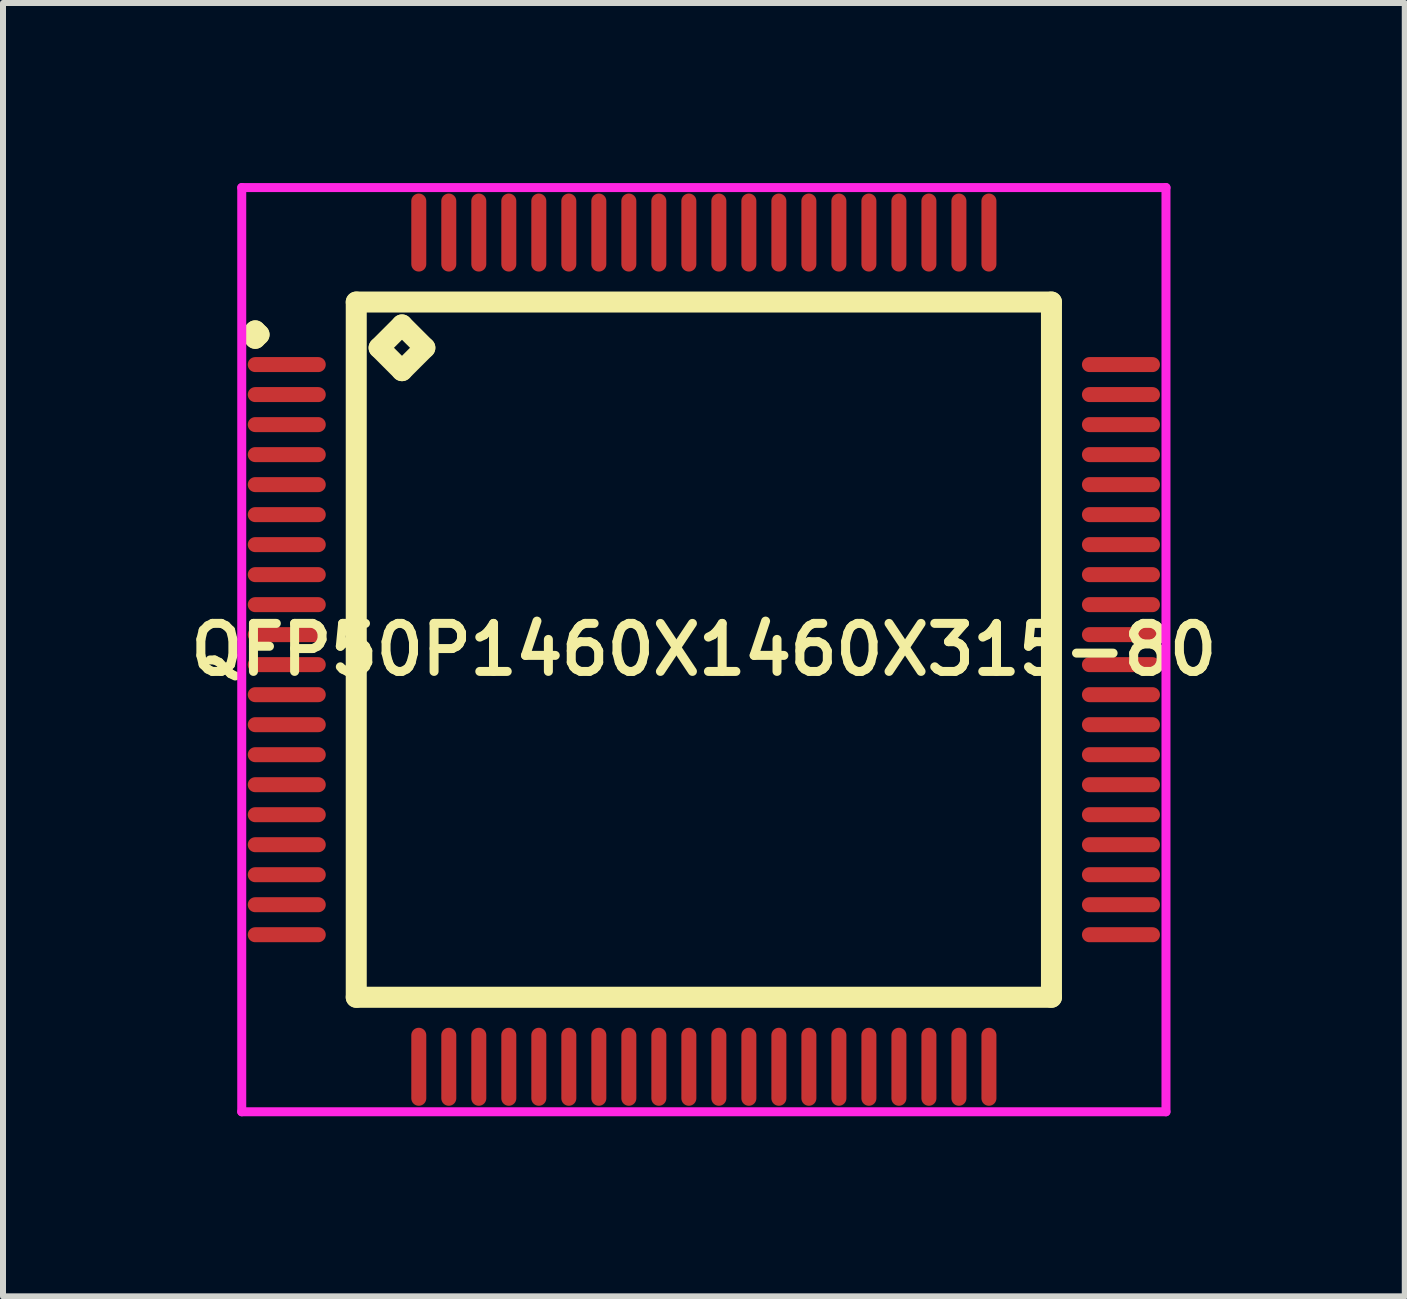
<source format=kicad_pcb>
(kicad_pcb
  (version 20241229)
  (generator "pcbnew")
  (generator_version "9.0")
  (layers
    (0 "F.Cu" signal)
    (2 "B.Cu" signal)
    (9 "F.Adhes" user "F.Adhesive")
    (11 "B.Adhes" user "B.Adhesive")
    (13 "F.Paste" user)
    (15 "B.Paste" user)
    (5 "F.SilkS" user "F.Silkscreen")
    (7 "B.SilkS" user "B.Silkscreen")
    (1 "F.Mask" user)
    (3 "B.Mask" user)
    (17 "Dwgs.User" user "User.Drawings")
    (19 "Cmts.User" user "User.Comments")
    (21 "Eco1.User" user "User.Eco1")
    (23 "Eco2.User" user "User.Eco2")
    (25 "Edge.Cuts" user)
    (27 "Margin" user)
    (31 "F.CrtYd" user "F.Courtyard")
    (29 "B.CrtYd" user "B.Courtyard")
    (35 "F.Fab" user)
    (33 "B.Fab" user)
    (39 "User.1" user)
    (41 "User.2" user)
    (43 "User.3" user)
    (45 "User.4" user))
  (footprint "QFP50P1460X1460X315-80"
    (layer "F.Cu")
    (at 8.678 7.775)
    (property "Reference" "QFP50P1460X1460X315-80" (at 0 0 0) (layer "F.SilkS") (effects (font (size 0.8 0.8) (thickness 0.15))))
    (attr smd)
    (fp_line (start -7.537 -5.25) (end -7.475 -5.312) (stroke (width 0.35) (type solid)) (layer "F.SilkS"))
    (fp_line (start -7.475 -5.312) (end -7.412 -5.25) (stroke (width 0.35) (type solid)) (layer "F.SilkS"))
    (fp_line (start -7.475 -5.188) (end -7.537 -5.25) (stroke (width 0.35) (type solid)) (layer "F.SilkS"))
    (fp_line (start -7.412 -5.25) (end -7.475 -5.188) (stroke (width 0.35) (type solid)) (layer "F.SilkS"))
    (fp_line (start -5.792 -5.792) (end -5.792 5.792) (stroke (width 0.35) (type solid)) (layer "F.SilkS"))
    (fp_line (start -5.792 5.792) (end 5.792 5.792) (stroke (width 0.35) (type solid)) (layer "F.SilkS"))
    (fp_line (start -5.411 -5.03) (end -5.03 -5.411) (stroke (width 0.35) (type solid)) (layer "F.SilkS"))
    (fp_line (start -5.03 -5.411) (end -4.649 -5.03) (stroke (width 0.35) (type solid)) (layer "F.SilkS"))
    (fp_line (start -5.03 -4.649) (end -5.411 -5.03) (stroke (width 0.35) (type solid)) (layer "F.SilkS"))
    (fp_line (start -4.649 -5.03) (end -5.03 -4.649) (stroke (width 0.35) (type solid)) (layer "F.SilkS"))
    (fp_line (start 5.792 -5.792) (end -5.792 -5.792) (stroke (width 0.35) (type solid)) (layer "F.SilkS"))
    (fp_line (start 5.792 5.792) (end 5.792 -5.792) (stroke (width 0.35) (type solid)) (layer "F.SilkS"))
    (fp_line (start -7.7 -7.7) (end 7.7 -7.7) (stroke (width 0.15) (type solid)) (layer "F.CrtYd"))
    (fp_line (start -7.7 7.7) (end -7.7 -7.7) (stroke (width 0.15) (type solid)) (layer "F.CrtYd"))
    (fp_line (start 7.7 -7.7) (end 7.7 7.7) (stroke (width 0.15) (type solid)) (layer "F.CrtYd"))
    (fp_line (start 7.7 7.7) (end -7.7 7.7) (stroke (width 0.15) (type solid)) (layer "F.CrtYd"))
    (pad "1" smd oval (at -6.95 -4.75) (size 1.3 0.25) (layers "F.Cu" "F.Mask" "F.Paste"))
    (pad "2" smd oval (at -6.95 -4.25) (size 1.3 0.25) (layers "F.Cu" "F.Mask" "F.Paste"))
    (pad "3" smd oval (at -6.95 -3.75) (size 1.3 0.25) (layers "F.Cu" "F.Mask" "F.Paste"))
    (pad "4" smd oval (at -6.95 -3.25) (size 1.3 0.25) (layers "F.Cu" "F.Mask" "F.Paste"))
    (pad "5" smd oval (at -6.95 -2.75) (size 1.3 0.25) (layers "F.Cu" "F.Mask" "F.Paste"))
    (pad "6" smd oval (at -6.95 -2.25) (size 1.3 0.25) (layers "F.Cu" "F.Mask" "F.Paste"))
    (pad "7" smd oval (at -6.95 -1.75) (size 1.3 0.25) (layers "F.Cu" "F.Mask" "F.Paste"))
    (pad "8" smd oval (at -6.95 -1.25) (size 1.3 0.25) (layers "F.Cu" "F.Mask" "F.Paste"))
    (pad "9" smd oval (at -6.95 -0.75) (size 1.3 0.25) (layers "F.Cu" "F.Mask" "F.Paste"))
    (pad "10" smd oval (at -6.95 -0.25) (size 1.3 0.25) (layers "F.Cu" "F.Mask" "F.Paste"))
    (pad "11" smd oval (at -6.95 0.25) (size 1.3 0.25) (layers "F.Cu" "F.Mask" "F.Paste"))
    (pad "12" smd oval (at -6.95 0.75) (size 1.3 0.25) (layers "F.Cu" "F.Mask" "F.Paste"))
    (pad "13" smd oval (at -6.95 1.25) (size 1.3 0.25) (layers "F.Cu" "F.Mask" "F.Paste"))
    (pad "14" smd oval (at -6.95 1.75) (size 1.3 0.25) (layers "F.Cu" "F.Mask" "F.Paste"))
    (pad "15" smd oval (at -6.95 2.25) (size 1.3 0.25) (layers "F.Cu" "F.Mask" "F.Paste"))
    (pad "16" smd oval (at -6.95 2.75) (size 1.3 0.25) (layers "F.Cu" "F.Mask" "F.Paste"))
    (pad "17" smd oval (at -6.95 3.25) (size 1.3 0.25) (layers "F.Cu" "F.Mask" "F.Paste"))
    (pad "18" smd oval (at -6.95 3.75) (size 1.3 0.25) (layers "F.Cu" "F.Mask" "F.Paste"))
    (pad "19" smd oval (at -6.95 4.25) (size 1.3 0.25) (layers "F.Cu" "F.Mask" "F.Paste"))
    (pad "20" smd oval (at -6.95 4.75) (size 1.3 0.25) (layers "F.Cu" "F.Mask" "F.Paste"))
    (pad "21" smd oval (at -4.75 6.95) (size 0.25 1.3) (layers "F.Cu" "F.Mask" "F.Paste"))
    (pad "22" smd oval (at -4.25 6.95) (size 0.25 1.3) (layers "F.Cu" "F.Mask" "F.Paste"))
    (pad "23" smd oval (at -3.75 6.95) (size 0.25 1.3) (layers "F.Cu" "F.Mask" "F.Paste"))
    (pad "24" smd oval (at -3.25 6.95) (size 0.25 1.3) (layers "F.Cu" "F.Mask" "F.Paste"))
    (pad "25" smd oval (at -2.75 6.95) (size 0.25 1.3) (layers "F.Cu" "F.Mask" "F.Paste"))
    (pad "26" smd oval (at -2.25 6.95) (size 0.25 1.3) (layers "F.Cu" "F.Mask" "F.Paste"))
    (pad "27" smd oval (at -1.75 6.95) (size 0.25 1.3) (layers "F.Cu" "F.Mask" "F.Paste"))
    (pad "28" smd oval (at -1.25 6.95) (size 0.25 1.3) (layers "F.Cu" "F.Mask" "F.Paste"))
    (pad "29" smd oval (at -0.75 6.95) (size 0.25 1.3) (layers "F.Cu" "F.Mask" "F.Paste"))
    (pad "30" smd oval (at -0.25 6.95) (size 0.25 1.3) (layers "F.Cu" "F.Mask" "F.Paste"))
    (pad "31" smd oval (at 0.25 6.95) (size 0.25 1.3) (layers "F.Cu" "F.Mask" "F.Paste"))
    (pad "32" smd oval (at 0.75 6.95) (size 0.25 1.3) (layers "F.Cu" "F.Mask" "F.Paste"))
    (pad "33" smd oval (at 1.25 6.95) (size 0.25 1.3) (layers "F.Cu" "F.Mask" "F.Paste"))
    (pad "34" smd oval (at 1.75 6.95) (size 0.25 1.3) (layers "F.Cu" "F.Mask" "F.Paste"))
    (pad "35" smd oval (at 2.25 6.95) (size 0.25 1.3) (layers "F.Cu" "F.Mask" "F.Paste"))
    (pad "36" smd oval (at 2.75 6.95) (size 0.25 1.3) (layers "F.Cu" "F.Mask" "F.Paste"))
    (pad "37" smd oval (at 3.25 6.95) (size 0.25 1.3) (layers "F.Cu" "F.Mask" "F.Paste"))
    (pad "38" smd oval (at 3.75 6.95) (size 0.25 1.3) (layers "F.Cu" "F.Mask" "F.Paste"))
    (pad "39" smd oval (at 4.25 6.95) (size 0.25 1.3) (layers "F.Cu" "F.Mask" "F.Paste"))
    (pad "40" smd oval (at 4.75 6.95) (size 0.25 1.3) (layers "F.Cu" "F.Mask" "F.Paste"))
    (pad "41" smd oval (at 6.95 4.75) (size 1.3 0.25) (layers "F.Cu" "F.Mask" "F.Paste"))
    (pad "42" smd oval (at 6.95 4.25) (size 1.3 0.25) (layers "F.Cu" "F.Mask" "F.Paste"))
    (pad "43" smd oval (at 6.95 3.75) (size 1.3 0.25) (layers "F.Cu" "F.Mask" "F.Paste"))
    (pad "44" smd oval (at 6.95 3.25) (size 1.3 0.25) (layers "F.Cu" "F.Mask" "F.Paste"))
    (pad "45" smd oval (at 6.95 2.75) (size 1.3 0.25) (layers "F.Cu" "F.Mask" "F.Paste"))
    (pad "46" smd oval (at 6.95 2.25) (size 1.3 0.25) (layers "F.Cu" "F.Mask" "F.Paste"))
    (pad "47" smd oval (at 6.95 1.75) (size 1.3 0.25) (layers "F.Cu" "F.Mask" "F.Paste"))
    (pad "48" smd oval (at 6.95 1.25) (size 1.3 0.25) (layers "F.Cu" "F.Mask" "F.Paste"))
    (pad "49" smd oval (at 6.95 0.75) (size 1.3 0.25) (layers "F.Cu" "F.Mask" "F.Paste"))
    (pad "50" smd oval (at 6.95 0.25) (size 1.3 0.25) (layers "F.Cu" "F.Mask" "F.Paste"))
    (pad "51" smd oval (at 6.95 -0.25) (size 1.3 0.25) (layers "F.Cu" "F.Mask" "F.Paste"))
    (pad "52" smd oval (at 6.95 -0.75) (size 1.3 0.25) (layers "F.Cu" "F.Mask" "F.Paste"))
    (pad "53" smd oval (at 6.95 -1.25) (size 1.3 0.25) (layers "F.Cu" "F.Mask" "F.Paste"))
    (pad "54" smd oval (at 6.95 -1.75) (size 1.3 0.25) (layers "F.Cu" "F.Mask" "F.Paste"))
    (pad "55" smd oval (at 6.95 -2.25) (size 1.3 0.25) (layers "F.Cu" "F.Mask" "F.Paste"))
    (pad "56" smd oval (at 6.95 -2.75) (size 1.3 0.25) (layers "F.Cu" "F.Mask" "F.Paste"))
    (pad "57" smd oval (at 6.95 -3.25) (size 1.3 0.25) (layers "F.Cu" "F.Mask" "F.Paste"))
    (pad "58" smd oval (at 6.95 -3.75) (size 1.3 0.25) (layers "F.Cu" "F.Mask" "F.Paste"))
    (pad "59" smd oval (at 6.95 -4.25) (size 1.3 0.25) (layers "F.Cu" "F.Mask" "F.Paste"))
    (pad "60" smd oval (at 6.95 -4.75) (size 1.3 0.25) (layers "F.Cu" "F.Mask" "F.Paste"))
    (pad "61" smd oval (at 4.75 -6.95) (size 0.25 1.3) (layers "F.Cu" "F.Mask" "F.Paste"))
    (pad "62" smd oval (at 4.25 -6.95) (size 0.25 1.3) (layers "F.Cu" "F.Mask" "F.Paste"))
    (pad "63" smd oval (at 3.75 -6.95) (size 0.25 1.3) (layers "F.Cu" "F.Mask" "F.Paste"))
    (pad "64" smd oval (at 3.25 -6.95) (size 0.25 1.3) (layers "F.Cu" "F.Mask" "F.Paste"))
    (pad "65" smd oval (at 2.75 -6.95) (size 0.25 1.3) (layers "F.Cu" "F.Mask" "F.Paste"))
    (pad "66" smd oval (at 2.25 -6.95) (size 0.25 1.3) (layers "F.Cu" "F.Mask" "F.Paste"))
    (pad "67" smd oval (at 1.75 -6.95) (size 0.25 1.3) (layers "F.Cu" "F.Mask" "F.Paste"))
    (pad "68" smd oval (at 1.25 -6.95) (size 0.25 1.3) (layers "F.Cu" "F.Mask" "F.Paste"))
    (pad "69" smd oval (at 0.75 -6.95) (size 0.25 1.3) (layers "F.Cu" "F.Mask" "F.Paste"))
    (pad "70" smd oval (at 0.25 -6.95) (size 0.25 1.3) (layers "F.Cu" "F.Mask" "F.Paste"))
    (pad "71" smd oval (at -0.25 -6.95) (size 0.25 1.3) (layers "F.Cu" "F.Mask" "F.Paste"))
    (pad "72" smd oval (at -0.75 -6.95) (size 0.25 1.3) (layers "F.Cu" "F.Mask" "F.Paste"))
    (pad "73" smd oval (at -1.25 -6.95) (size 0.25 1.3) (layers "F.Cu" "F.Mask" "F.Paste"))
    (pad "74" smd oval (at -1.75 -6.95) (size 0.25 1.3) (layers "F.Cu" "F.Mask" "F.Paste"))
    (pad "75" smd oval (at -2.25 -6.95) (size 0.25 1.3) (layers "F.Cu" "F.Mask" "F.Paste"))
    (pad "76" smd oval (at -2.75 -6.95) (size 0.25 1.3) (layers "F.Cu" "F.Mask" "F.Paste"))
    (pad "77" smd oval (at -3.25 -6.95) (size 0.25 1.3) (layers "F.Cu" "F.Mask" "F.Paste"))
    (pad "78" smd oval (at -3.75 -6.95) (size 0.25 1.3) (layers "F.Cu" "F.Mask" "F.Paste"))
    (pad "79" smd oval (at -4.25 -6.95) (size 0.25 1.3) (layers "F.Cu" "F.Mask" "F.Paste"))
    (pad "80" smd oval (at -4.75 -6.95) (size 0.25 1.3) (layers "F.Cu" "F.Mask" "F.Paste")))
  (gr_rect
    (start -3 -3)
    (end 20.357 18.55)
    (stroke (width 0.1) (type default))
    (fill no)
    (layer "Edge.Cuts")))
</source>
